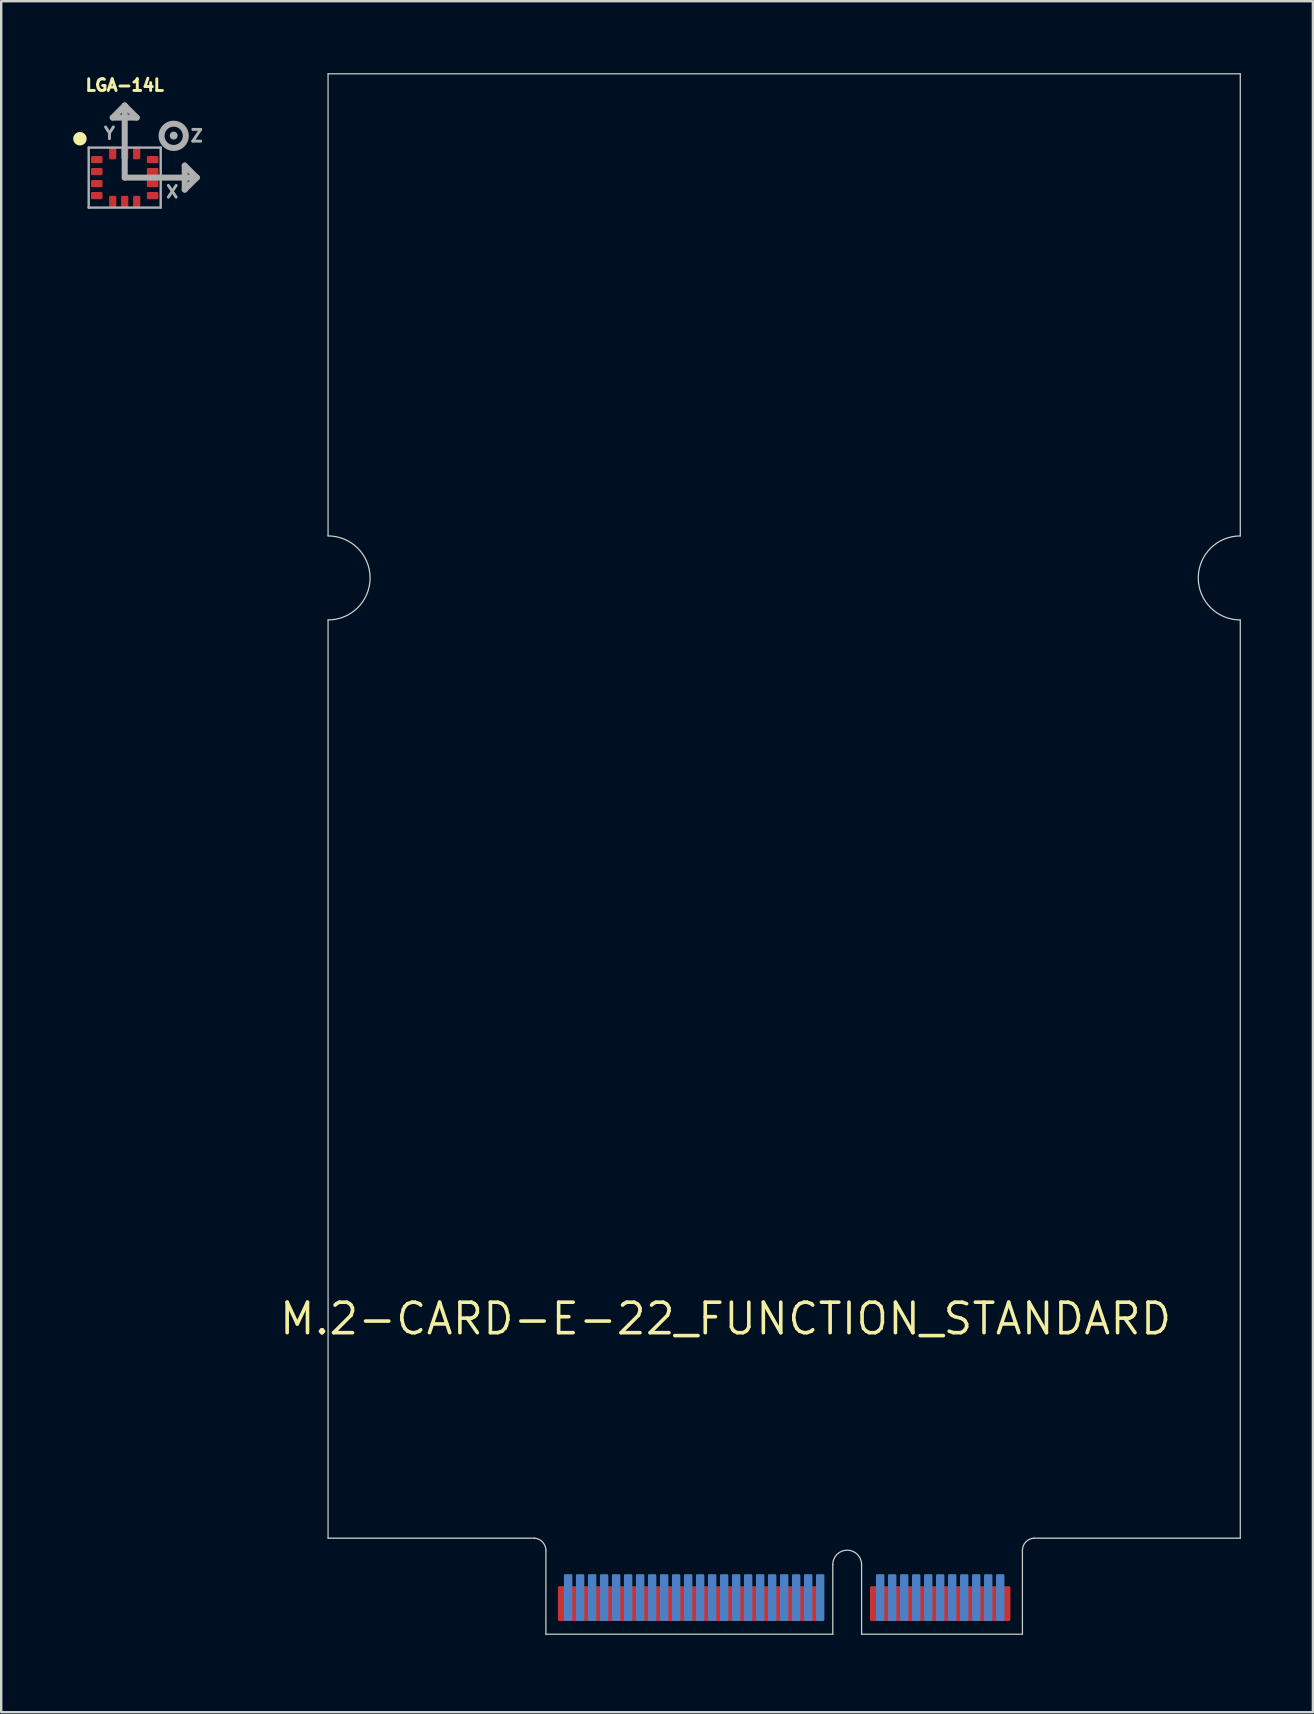
<source format=kicad_pcb>
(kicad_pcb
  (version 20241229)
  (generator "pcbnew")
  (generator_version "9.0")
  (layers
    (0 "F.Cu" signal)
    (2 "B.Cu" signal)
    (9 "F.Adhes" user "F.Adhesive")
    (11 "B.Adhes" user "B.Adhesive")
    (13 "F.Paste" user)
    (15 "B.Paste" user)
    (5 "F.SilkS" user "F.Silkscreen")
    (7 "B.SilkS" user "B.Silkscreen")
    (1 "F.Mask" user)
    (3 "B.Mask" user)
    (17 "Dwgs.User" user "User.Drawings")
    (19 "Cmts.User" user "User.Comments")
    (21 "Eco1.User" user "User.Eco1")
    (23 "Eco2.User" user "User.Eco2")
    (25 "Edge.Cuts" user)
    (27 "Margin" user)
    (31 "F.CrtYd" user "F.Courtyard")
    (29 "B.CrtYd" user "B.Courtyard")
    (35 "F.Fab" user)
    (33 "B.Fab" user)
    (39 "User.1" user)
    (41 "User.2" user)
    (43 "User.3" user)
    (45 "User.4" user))
  (footprint "M.2-CARD-E-22_FUNCTION_STANDARD"
    (layer "F.Cu")
    (at 29.616 65.025)
    (property "Reference" "M.2-CARD-E-22_FUNCTION_STANDARD" (at -2.44 -13.14 0) (unlocked yes) (layer "F.SilkS") (effects (font (size 1.27 1.27) (thickness 0.15))))
    (fp_line (start -19 -65) (end 19 -65) (stroke (width 0.051) (type solid)) (layer "Edge.Cuts"))
    (fp_line (start -19 -45.75) (end -19 -65) (stroke (width 0.05) (type default)) (layer "Edge.Cuts"))
    (fp_line (start -19 -42.25) (end -19 -4) (stroke (width 0.05) (type default)) (layer "Edge.Cuts"))
    (fp_line (start -10.4 -4) (end -19 -4) (stroke (width 0.051) (type solid)) (layer "Edge.Cuts"))
    (fp_line (start -9.925 0) (end -9.925 -3.5) (stroke (width 0.051) (type solid)) (layer "Edge.Cuts"))
    (fp_line (start 2.025 -2.9) (end 2.025 0) (stroke (width 0.051) (type solid)) (layer "Edge.Cuts"))
    (fp_line (start 2.025 0) (end -9.925 0) (stroke (width 0.051) (type solid)) (layer "Edge.Cuts"))
    (fp_line (start 3.225 -2.9) (end 3.225 0) (stroke (width 0.051) (type solid)) (layer "Edge.Cuts"))
    (fp_line (start 9.925 -3.5) (end 9.925 0) (stroke (width 0.051) (type solid)) (layer "Edge.Cuts"))
    (fp_line (start 9.925 0) (end 3.225 0) (stroke (width 0.051) (type solid)) (layer "Edge.Cuts"))
    (fp_line (start 10.4 -4) (end 19 -4) (stroke (width 0.051) (type solid)) (layer "Edge.Cuts"))
    (fp_line (start 19 -45.75) (end 19 -65) (stroke (width 0.05) (type default)) (layer "Edge.Cuts"))
    (fp_line (start 19 -4) (end 19 -42.25) (stroke (width 0.05) (type default)) (layer "Edge.Cuts"))
    (fp_arc (start -19 -45.75) (mid -17.25 -44) (end -19 -42.25) (stroke (width 0.0508) (type solid)) (layer "Edge.Cuts"))
    (fp_arc (start -10.4 -4) (mid -10.066759 -3.840954) (end -9.925 -3.5) (stroke (width 0.0508) (type solid)) (layer "Edge.Cuts"))
    (fp_arc (start 2.025 -2.9) (mid 2.625 -3.5) (end 3.225 -2.9) (stroke (width 0.0508) (type solid)) (layer "Edge.Cuts"))
    (fp_arc (start 9.925 -3.5) (mid 10.065344 -3.842298) (end 10.4 -4) (stroke (width 0.0508) (type solid)) (layer "Edge.Cuts"))
    (fp_arc (start 19 -42.25) (mid 17.25 -44) (end 19 -45.75) (stroke (width 0.0508) (type solid)) (layer "Edge.Cuts"))
    (pad "1" smd roundrect (at 9.25 -1.275 180) (size 0.35 1.45) (layers "F.Cu" "F.Mask") (roundrect_rratio 0.145))
    (pad "2" smd roundrect (at 9 -1.525) (size 0.35 1.95) (layers "B.Cu" "B.Mask") (roundrect_rratio 0.145))
    (pad "3" smd roundrect (at 8.75 -1.275 180) (size 0.35 1.45) (layers "F.Cu" "F.Mask") (roundrect_rratio 0.145))
    (pad "4" smd roundrect (at 8.5 -1.525) (size 0.35 1.95) (layers "B.Cu" "B.Mask") (roundrect_rratio 0.145))
    (pad "5" smd roundrect (at 8.25 -1.275 180) (size 0.35 1.45) (layers "F.Cu" "F.Mask") (roundrect_rratio 0.145))
    (pad "6" smd roundrect (at 8 -1.525) (size 0.35 1.95) (layers "B.Cu" "B.Mask") (roundrect_rratio 0.145))
    (pad "7" smd roundrect (at 7.75 -1.275 180) (size 0.35 1.45) (layers "F.Cu" "F.Mask") (roundrect_rratio 0.145))
    (pad "8" smd roundrect (at 7.5 -1.525) (size 0.35 1.95) (layers "B.Cu" "B.Mask") (roundrect_rratio 0.145))
    (pad "9" smd roundrect (at 7.25 -1.275 180) (size 0.35 1.45) (layers "F.Cu" "F.Mask") (roundrect_rratio 0.145))
    (pad "10" smd roundrect (at 7 -1.525) (size 0.35 1.95) (layers "B.Cu" "B.Mask") (roundrect_rratio 0.145))
    (pad "11" smd roundrect (at 6.75 -1.275 180) (size 0.35 1.45) (layers "F.Cu" "F.Mask") (roundrect_rratio 0.145))
    (pad "12" smd roundrect (at 6.5 -1.525) (size 0.35 1.95) (layers "B.Cu" "B.Mask") (roundrect_rratio 0.145))
    (pad "13" smd roundrect (at 6.25 -1.275 180) (size 0.35 1.45) (layers "F.Cu" "F.Mask") (roundrect_rratio 0.145))
    (pad "14" smd roundrect (at 6 -1.525) (size 0.35 1.95) (layers "B.Cu" "B.Mask") (roundrect_rratio 0.145))
    (pad "15" smd roundrect (at 5.75 -1.275 180) (size 0.35 1.45) (layers "F.Cu" "F.Mask") (roundrect_rratio 0.145))
    (pad "16" smd roundrect (at 5.5 -1.525) (size 0.35 1.95) (layers "B.Cu" "B.Mask") (roundrect_rratio 0.145))
    (pad "17" smd roundrect (at 5.25 -1.275 180) (size 0.35 1.45) (layers "F.Cu" "F.Mask") (roundrect_rratio 0.145))
    (pad "18" smd roundrect (at 5 -1.525) (size 0.35 1.95) (layers "B.Cu" "B.Mask") (roundrect_rratio 0.145))
    (pad "19" smd roundrect (at 4.75 -1.275 180) (size 0.35 1.45) (layers "F.Cu" "F.Mask") (roundrect_rratio 0.145))
    (pad "20" smd roundrect (at 4.5 -1.525) (size 0.35 1.95) (layers "B.Cu" "B.Mask") (roundrect_rratio 0.145))
    (pad "21" smd roundrect (at 4.25 -1.275 180) (size 0.35 1.45) (layers "F.Cu" "F.Mask") (roundrect_rratio 0.145))
    (pad "22" smd roundrect (at 4 -1.525) (size 0.35 1.95) (layers "B.Cu" "B.Mask") (roundrect_rratio 0.145))
    (pad "23" smd roundrect (at 3.75 -1.275 180) (size 0.35 1.45) (layers "F.Cu" "F.Mask") (roundrect_rratio 0.145))
    (pad "32" smd roundrect (at 1.5 -1.525) (size 0.35 1.95) (layers "B.Cu" "B.Mask") (roundrect_rratio 0.145))
    (pad "33" smd roundrect (at 1.25 -1.275 180) (size 0.35 1.45) (layers "F.Cu" "F.Mask") (roundrect_rratio 0.145))
    (pad "34" smd roundrect (at 1 -1.525) (size 0.35 1.95) (layers "B.Cu" "B.Mask") (roundrect_rratio 0.145))
    (pad "35" smd roundrect (at 0.75 -1.275 180) (size 0.35 1.45) (layers "F.Cu" "F.Mask") (roundrect_rratio 0.145))
    (pad "36" smd roundrect (at 0.5 -1.525) (size 0.35 1.95) (layers "B.Cu" "B.Mask") (roundrect_rratio 0.145))
    (pad "37" smd roundrect (at 0.25 -1.275 180) (size 0.35 1.45) (layers "F.Cu" "F.Mask") (roundrect_rratio 0.145))
    (pad "38" smd roundrect (at 0 -1.525) (size 0.35 1.95) (layers "B.Cu" "B.Mask") (roundrect_rratio 0.145))
    (pad "39" smd roundrect (at -0.25 -1.275 180) (size 0.35 1.45) (layers "F.Cu" "F.Mask") (roundrect_rratio 0.145))
    (pad "40" smd roundrect (at -0.5 -1.525) (size 0.35 1.95) (layers "B.Cu" "B.Mask") (roundrect_rratio 0.145))
    (pad "41" smd roundrect (at -0.75 -1.275 180) (size 0.35 1.45) (layers "F.Cu" "F.Mask") (roundrect_rratio 0.145))
    (pad "42" smd roundrect (at -1 -1.525) (size 0.35 1.95) (layers "B.Cu" "B.Mask") (roundrect_rratio 0.145))
    (pad "43" smd roundrect (at -1.25 -1.275 180) (size 0.35 1.45) (layers "F.Cu" "F.Mask") (roundrect_rratio 0.145))
    (pad "44" smd roundrect (at -1.5 -1.525) (size 0.35 1.95) (layers "B.Cu" "B.Mask") (roundrect_rratio 0.145))
    (pad "45" smd roundrect (at -1.75 -1.275 180) (size 0.35 1.45) (layers "F.Cu" "F.Mask") (roundrect_rratio 0.145))
    (pad "46" smd roundrect (at -2 -1.525) (size 0.35 1.95) (layers "B.Cu" "B.Mask") (roundrect_rratio 0.145))
    (pad "47" smd roundrect (at -2.25 -1.275 180) (size 0.35 1.45) (layers "F.Cu" "F.Mask") (roundrect_rratio 0.145))
    (pad "48" smd roundrect (at -2.5 -1.525) (size 0.35 1.95) (layers "B.Cu" "B.Mask") (roundrect_rratio 0.145))
    (pad "49" smd roundrect (at -2.75 -1.275 180) (size 0.35 1.45) (layers "F.Cu" "F.Mask") (roundrect_rratio 0.145))
    (pad "50" smd roundrect (at -3 -1.525) (size 0.35 1.95) (layers "B.Cu" "B.Mask") (roundrect_rratio 0.145))
    (pad "51" smd roundrect (at -3.25 -1.275 180) (size 0.35 1.45) (layers "F.Cu" "F.Mask") (roundrect_rratio 0.145))
    (pad "52" smd roundrect (at -3.5 -1.525) (size 0.35 1.95) (layers "B.Cu" "B.Mask") (roundrect_rratio 0.145))
    (pad "53" smd roundrect (at -3.75 -1.275 180) (size 0.35 1.45) (layers "F.Cu" "F.Mask") (roundrect_rratio 0.145))
    (pad "54" smd roundrect (at -4 -1.525) (size 0.35 1.95) (layers "B.Cu" "B.Mask") (roundrect_rratio 0.145))
    (pad "55" smd roundrect (at -4.25 -1.275 180) (size 0.35 1.45) (layers "F.Cu" "F.Mask") (roundrect_rratio 0.145))
    (pad "56" smd roundrect (at -4.5 -1.525) (size 0.35 1.95) (layers "B.Cu" "B.Mask") (roundrect_rratio 0.145))
    (pad "57" smd roundrect (at -4.75 -1.275 180) (size 0.35 1.45) (layers "F.Cu" "F.Mask") (roundrect_rratio 0.145))
    (pad "58" smd roundrect (at -5 -1.525) (size 0.35 1.95) (layers "B.Cu" "B.Mask") (roundrect_rratio 0.145))
    (pad "59" smd roundrect (at -5.25 -1.275 180) (size 0.35 1.45) (layers "F.Cu" "F.Mask") (roundrect_rratio 0.145))
    (pad "60" smd roundrect (at -5.5 -1.525) (size 0.35 1.95) (layers "B.Cu" "B.Mask") (roundrect_rratio 0.145))
    (pad "61" smd roundrect (at -5.75 -1.275 180) (size 0.35 1.45) (layers "F.Cu" "F.Mask") (roundrect_rratio 0.145))
    (pad "62" smd roundrect (at -6 -1.525) (size 0.35 1.95) (layers "B.Cu" "B.Mask") (roundrect_rratio 0.145))
    (pad "63" smd roundrect (at -6.25 -1.275 180) (size 0.35 1.45) (layers "F.Cu" "F.Mask") (roundrect_rratio 0.145))
    (pad "64" smd roundrect (at -6.5 -1.525) (size 0.35 1.95) (layers "B.Cu" "B.Mask") (roundrect_rratio 0.145))
    (pad "65" smd roundrect (at -6.75 -1.275 180) (size 0.35 1.45) (layers "F.Cu" "F.Mask") (roundrect_rratio 0.145))
    (pad "66" smd roundrect (at -7 -1.525) (size 0.35 1.95) (layers "B.Cu" "B.Mask") (roundrect_rratio 0.145))
    (pad "67" smd roundrect (at -7.25 -1.275 180) (size 0.35 1.45) (layers "F.Cu" "F.Mask") (roundrect_rratio 0.145))
    (pad "68" smd roundrect (at -7.5 -1.525) (size 0.35 1.95) (layers "B.Cu" "B.Mask") (roundrect_rratio 0.145))
    (pad "69" smd roundrect (at -7.75 -1.275 180) (size 0.35 1.45) (layers "F.Cu" "F.Mask") (roundrect_rratio 0.145))
    (pad "70" smd roundrect (at -8 -1.525) (size 0.35 1.95) (layers "B.Cu" "B.Mask") (roundrect_rratio 0.145))
    (pad "71" smd roundrect (at -8.25 -1.275 180) (size 0.35 1.45) (layers "F.Cu" "F.Mask") (roundrect_rratio 0.145))
    (pad "72" smd roundrect (at -8.5 -1.525) (size 0.35 1.95) (layers "B.Cu" "B.Mask") (roundrect_rratio 0.145))
    (pad "73" smd roundrect (at -8.75 -1.275 180) (size 0.35 1.45) (layers "F.Cu" "F.Mask") (roundrect_rratio 0.145))
    (pad "74" smd roundrect (at -9 -1.525) (size 0.35 1.95) (layers "B.Cu" "B.Mask") (roundrect_rratio 0.145))
    (pad "75" smd roundrect (at -9.25 -1.275 180) (size 0.35 1.45) (layers "F.Cu" "F.Mask") (roundrect_rratio 0.145)))
  (footprint "LGA-14L"
    (layer "F.Cu")
    (at 2.145 4.348)
    (property "Reference" "LGA-14L" (at 0 -3.849 0) (unlocked yes) (layer "F.SilkS") (effects (font (size 0.488 0.488) (thickness 0.122))))
    (fp_circle (center -1.865 -1.619) (end -1.725 -1.619) (stroke (width 0.28) (type solid)) (fill yes) (layer "F.SilkS"))
    (fp_line (start -1.5 -1.25) (end 1.5 -1.25) (stroke (width 0.1) (type solid)) (layer "F.Fab"))
    (fp_line (start -1.5 1.25) (end -1.5 -1.25) (stroke (width 0.1) (type solid)) (layer "F.Fab"))
    (fp_line (start -0.5 -2.5) (end 0.5 -2.5) (stroke (width 0.25) (type solid)) (layer "F.Fab"))
    (fp_line (start 0 -3) (end -0.5 -2.5) (stroke (width 0.25) (type solid)) (layer "F.Fab"))
    (fp_line (start 0 0) (end 0 -3) (stroke (width 0.25) (type solid)) (layer "F.Fab"))
    (fp_line (start 0 0) (end 3 0) (stroke (width 0.25) (type solid)) (layer "F.Fab"))
    (fp_line (start 0.5 -2.5) (end 0 -3) (stroke (width 0.25) (type solid)) (layer "F.Fab"))
    (fp_line (start 1.5 -1.25) (end 1.5 1.25) (stroke (width 0.1) (type solid)) (layer "F.Fab"))
    (fp_line (start 1.5 1.25) (end -1.5 1.25) (stroke (width 0.1) (type solid)) (layer "F.Fab"))
    (fp_line (start 2.5 -0.5) (end 2.5 0.5) (stroke (width 0.25) (type solid)) (layer "F.Fab"))
    (fp_line (start 2.5 0.5) (end 3 0) (stroke (width 0.25) (type solid)) (layer "F.Fab"))
    (fp_line (start 3 0) (end 2.5 -0.5) (stroke (width 0.25) (type solid)) (layer "F.Fab"))
    (fp_circle (center 2.04 -1.75) (end 2.123 -1.75) (stroke (width 0.166) (type solid)) (fill no) (layer "F.Fab"))
    (fp_circle (center 2.04 -1.74) (end 2.546 -1.74) (stroke (width 0.25) (type solid)) (fill no) (layer "F.Fab"))
    (fp_text user "X" (at 1.981 0.595 0) (layer "F.Fab") (effects (font (size 0.488 0.488) (thickness 0.122))))
    (fp_text user "Y" (at -0.635 -1.841 0) (layer "F.Fab") (effects (font (size 0.488 0.488) (thickness 0.122))))
    (fp_text user "Z" (at 3 -1.738 0) (layer "F.Fab") (effects (font (size 0.488 0.488) (thickness 0.122))))
    (pad "P1" smd roundrect (at -1.163 -0.75) (size 0.48 0.3) (layers "F.Cu" "F.Mask" "F.Paste") (roundrect_rratio 0.169))
    (pad "P2" smd roundrect (at -1.163 -0.25) (size 0.48 0.3) (layers "F.Cu" "F.Mask" "F.Paste") (roundrect_rratio 0.169))
    (pad "P3" smd roundrect (at -1.163 0.25) (size 0.48 0.3) (layers "F.Cu" "F.Mask" "F.Paste") (roundrect_rratio 0.169))
    (pad "P4" smd roundrect (at -1.163 0.75) (size 0.48 0.3) (layers "F.Cu" "F.Mask" "F.Paste") (roundrect_rratio 0.169))
    (pad "P5" smd roundrect (at -0.5 1) (size 0.3 0.48) (layers "F.Cu" "F.Mask" "F.Paste") (roundrect_rratio 0.169))
    (pad "P6" smd roundrect (at 0 1) (size 0.3 0.48) (layers "F.Cu" "F.Mask" "F.Paste") (roundrect_rratio 0.169))
    (pad "P7" smd roundrect (at 0.5 1) (size 0.3 0.48) (layers "F.Cu" "F.Mask" "F.Paste") (roundrect_rratio 0.169))
    (pad "P8" smd roundrect (at 1.163 0.75 180) (size 0.48 0.3) (layers "F.Cu" "F.Mask" "F.Paste") (roundrect_rratio 0.169))
    (pad "P9" smd roundrect (at 1.163 0.25 180) (size 0.48 0.3) (layers "F.Cu" "F.Mask" "F.Paste") (roundrect_rratio 0.169))
    (pad "P10" smd roundrect (at 1.163 -0.25 180) (size 0.48 0.3) (layers "F.Cu" "F.Mask" "F.Paste") (roundrect_rratio 0.169))
    (pad "P11" smd roundrect (at 1.163 -0.75 180) (size 0.48 0.3) (layers "F.Cu" "F.Mask" "F.Paste") (roundrect_rratio 0.169))
    (pad "P12" smd roundrect (at 0.5 -1 180) (size 0.3 0.48) (layers "F.Cu" "F.Mask" "F.Paste") (roundrect_rratio 0.169))
    (pad "P13" smd roundrect (at 0 -1 180) (size 0.3 0.48) (layers "F.Cu" "F.Mask" "F.Paste") (roundrect_rratio 0.169))
    (pad "P14" smd roundrect (at -0.5 -1 180) (size 0.3 0.48) (layers "F.Cu" "F.Mask" "F.Paste") (roundrect_rratio 0.169)))
  (gr_rect
    (start -3 -3)
    (end 51.641 68.275)
    (stroke (width 0.1) (type default))
    (fill no)
    (layer "Edge.Cuts")))
</source>
